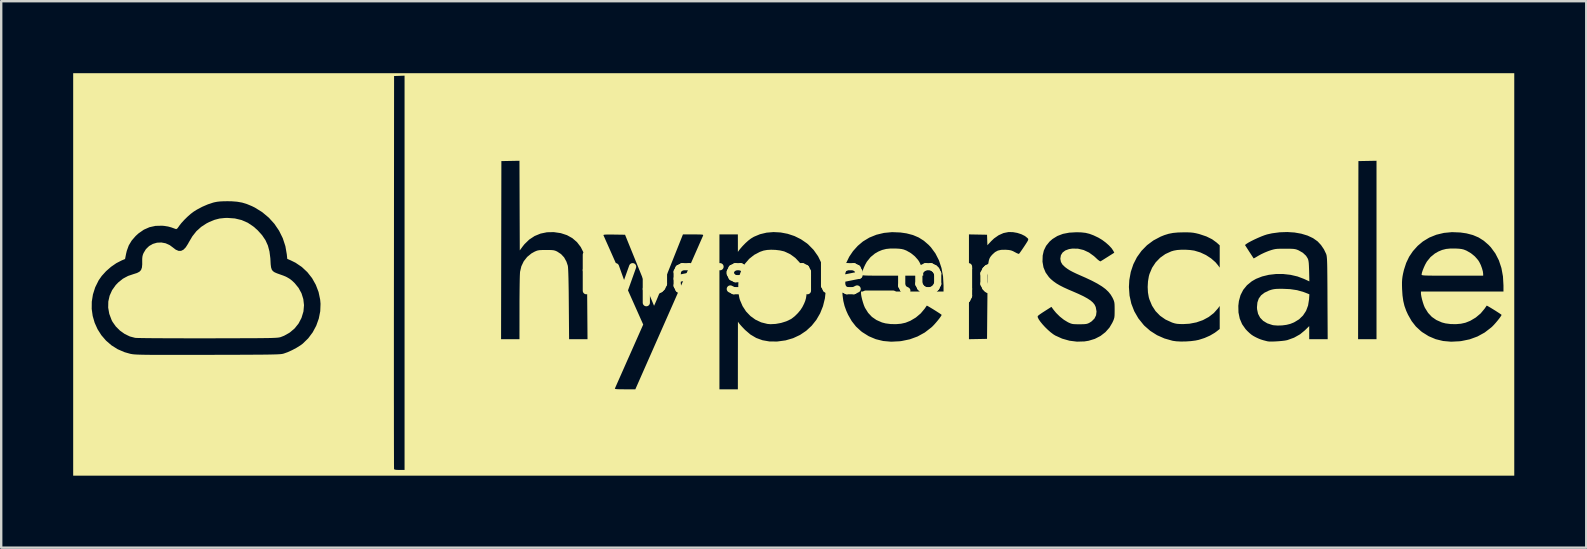
<source format=kicad_pcb>
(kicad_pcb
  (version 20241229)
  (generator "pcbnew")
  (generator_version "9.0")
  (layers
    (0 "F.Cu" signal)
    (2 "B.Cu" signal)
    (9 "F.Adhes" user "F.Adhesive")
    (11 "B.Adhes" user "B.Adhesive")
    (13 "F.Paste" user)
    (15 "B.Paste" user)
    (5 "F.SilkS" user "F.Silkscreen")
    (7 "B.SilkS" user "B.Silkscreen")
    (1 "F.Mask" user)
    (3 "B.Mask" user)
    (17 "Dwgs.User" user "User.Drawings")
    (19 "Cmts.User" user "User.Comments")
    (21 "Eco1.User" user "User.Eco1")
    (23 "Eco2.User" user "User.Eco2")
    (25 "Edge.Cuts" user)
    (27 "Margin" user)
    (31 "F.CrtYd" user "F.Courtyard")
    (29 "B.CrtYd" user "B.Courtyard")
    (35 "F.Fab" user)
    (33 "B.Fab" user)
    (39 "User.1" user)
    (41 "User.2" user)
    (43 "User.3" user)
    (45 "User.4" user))
  (footprint "hyperscale_logo"
    (layer "F.Cu")
    (at 30.03 8.387)
    (property "Reference" "hyperscale_logo" (at 0 0 0) (layer "F.SilkS") (effects (font (size 1.5 1.5) (thickness 0.3))))
    (attr board_only exclude_from_pos_files exclude_from_bom)
    (fp_poly (pts (xy 20.686 0.613) (xy 20.977 0.656) (xy 21.244 0.732) (xy 21.322 0.761) (xy 21.491 0.829) (xy 21.477 1.043) (xy 21.437 1.295) (xy 21.353 1.519) (xy 21.226 1.712) (xy 21.059 1.873) (xy 20.851 1.999) (xy 20.697 2.061) (xy 20.538 2.101) (xy 20.356 2.125) (xy 20.171 2.131) (xy 20.005 2.119) (xy 19.95 2.109) (xy 19.738 2.039) (xy 19.567 1.937) (xy 19.438 1.804) (xy 19.352 1.641) (xy 19.311 1.451) (xy 19.307 1.363) (xy 19.325 1.168) (xy 19.381 1.006) (xy 19.477 0.873) (xy 19.618 0.763) (xy 19.805 0.673) (xy 19.847 0.658) (xy 19.93 0.632) (xy 20.012 0.615) (xy 20.107 0.604) (xy 20.229 0.6) (xy 20.36 0.599)) (stroke (width 0) (type solid)) (fill yes) (layer "F.SilkS"))
    (fp_poly (pts (xy 4.255 -1.079) (xy 4.259 -1.079) (xy 4.397 -1.071) (xy 4.5 -1.058) (xy 4.584 -1.038) (xy 4.669 -1.005) (xy 4.71 -0.987) (xy 4.889 -0.883) (xy 5.053 -0.749) (xy 5.186 -0.597) (xy 5.235 -0.521) (xy 5.297 -0.394) (xy 5.349 -0.256) (xy 5.384 -0.126) (xy 5.397 -0.022) (xy 5.397 0.053) (xy 4.114 0.053) (xy 3.82 0.053) (xy 3.575 0.052) (xy 3.373 0.052) (xy 3.212 0.05) (xy 3.086 0.048) (xy 2.991 0.045) (xy 2.923 0.041) (xy 2.877 0.035) (xy 2.85 0.028) (xy 2.836 0.02) (xy 2.832 0.01) (xy 2.832 0.007) (xy 2.845 -0.067) (xy 2.878 -0.17) (xy 2.925 -0.289) (xy 2.981 -0.409) (xy 3.038 -0.513) (xy 3.055 -0.539) (xy 3.204 -0.723) (xy 3.383 -0.87) (xy 3.525 -0.952) (xy 3.685 -1.019) (xy 3.85 -1.061) (xy 4.035 -1.08)) (stroke (width 0) (type solid)) (fill yes) (layer "F.SilkS"))
    (fp_poly (pts (xy 27.591 -1.079) (xy 27.596 -1.079) (xy 27.733 -1.071) (xy 27.836 -1.058) (xy 27.921 -1.038) (xy 28.005 -1.005) (xy 28.046 -0.987) (xy 28.225 -0.883) (xy 28.389 -0.749) (xy 28.522 -0.597) (xy 28.571 -0.521) (xy 28.634 -0.394) (xy 28.685 -0.256) (xy 28.721 -0.126) (xy 28.734 -0.022) (xy 28.734 0.053) (xy 27.451 0.053) (xy 27.156 0.053) (xy 26.911 0.052) (xy 26.71 0.052) (xy 26.548 0.05) (xy 26.422 0.048) (xy 26.327 0.045) (xy 26.259 0.041) (xy 26.214 0.035) (xy 26.186 0.028) (xy 26.172 0.02) (xy 26.168 0.01) (xy 26.168 0.007) (xy 26.181 -0.067) (xy 26.214 -0.17) (xy 26.262 -0.289) (xy 26.317 -0.409) (xy 26.375 -0.513) (xy 26.391 -0.539) (xy 26.54 -0.723) (xy 26.72 -0.87) (xy 26.862 -0.952) (xy 27.021 -1.019) (xy 27.186 -1.061) (xy 27.372 -1.08)) (stroke (width 0) (type solid)) (fill yes) (layer "F.SilkS"))
    (fp_poly (pts (xy -0.755 -1.022) (xy -0.573 -1) (xy -0.415 -0.964) (xy -0.386 -0.955) (xy -0.145 -0.842) (xy 0.068 -0.687) (xy 0.249 -0.493) (xy 0.394 -0.263) (xy 0.481 -0.058) (xy 0.506 0.02) (xy 0.523 0.094) (xy 0.534 0.177) (xy 0.54 0.281) (xy 0.542 0.419) (xy 0.542 0.516) (xy 0.54 0.706) (xy 0.531 0.858) (xy 0.512 0.984) (xy 0.481 1.098) (xy 0.434 1.215) (xy 0.368 1.346) (xy 0.365 1.354) (xy 0.28 1.486) (xy 0.164 1.623) (xy 0.035 1.749) (xy -0.092 1.847) (xy -0.118 1.863) (xy -0.309 1.954) (xy -0.526 2.022) (xy -0.752 2.063) (xy -0.968 2.074) (xy -1.098 2.063) (xy -1.356 1.998) (xy -1.593 1.887) (xy -1.805 1.734) (xy -1.987 1.543) (xy -2.133 1.319) (xy -2.241 1.066) (xy -2.266 0.979) (xy -2.294 0.826) (xy -2.309 0.642) (xy -2.311 0.445) (xy -2.3 0.256) (xy -2.276 0.094) (xy -2.267 0.056) (xy -2.171 -0.208) (xy -2.033 -0.444) (xy -1.858 -0.648) (xy -1.649 -0.814) (xy -1.41 -0.94) (xy -1.258 -0.993) (xy -1.115 -1.019) (xy -0.942 -1.029)) (stroke (width 0) (type solid)) (fill yes) (layer "F.SilkS"))
    (fp_poly (pts (xy -23.293 -2.333) (xy -23.012 -2.266) (xy -22.753 -2.153) (xy -22.511 -1.99) (xy -22.341 -1.839) (xy -22.157 -1.635) (xy -22.016 -1.426) (xy -21.915 -1.203) (xy -21.849 -0.955) (xy -21.813 -0.674) (xy -21.808 -0.587) (xy -21.799 -0.42) (xy -21.783 -0.295) (xy -21.755 -0.205) (xy -21.709 -0.14) (xy -21.639 -0.09) (xy -21.539 -0.046) (xy -21.444 -0.012) (xy -21.267 0.051) (xy -21.129 0.112) (xy -21.015 0.178) (xy -20.911 0.257) (xy -20.804 0.358) (xy -20.804 0.358) (xy -20.638 0.56) (xy -20.515 0.786) (xy -20.439 1.028) (xy -20.41 1.281) (xy -20.432 1.536) (xy -20.436 1.554) (xy -20.515 1.814) (xy -20.638 2.048) (xy -20.803 2.253) (xy -21.004 2.423) (xy -21.239 2.556) (xy -21.378 2.61) (xy -21.403 2.618) (xy -21.432 2.624) (xy -21.468 2.63) (xy -21.514 2.636) (xy -21.573 2.64) (xy -21.648 2.644) (xy -21.742 2.648) (xy -21.858 2.651) (xy -22 2.653) (xy -22.17 2.655) (xy -22.371 2.657) (xy -22.607 2.658) (xy -22.881 2.659) (xy -23.195 2.66) (xy -23.553 2.661) (xy -23.958 2.662) (xy -24.408 2.663) (xy -24.797 2.663) (xy -25.174 2.663) (xy -25.535 2.662) (xy -25.875 2.661) (xy -26.192 2.66) (xy -26.482 2.659) (xy -26.741 2.657) (xy -26.965 2.655) (xy -27.152 2.652) (xy -27.296 2.65) (xy -27.395 2.647) (xy -27.445 2.644) (xy -27.446 2.644) (xy -27.667 2.586) (xy -27.881 2.483) (xy -28.08 2.342) (xy -28.253 2.17) (xy -28.39 1.976) (xy -28.429 1.901) (xy -28.526 1.642) (xy -28.571 1.384) (xy -28.566 1.13) (xy -28.511 0.886) (xy -28.407 0.655) (xy -28.256 0.443) (xy -28.153 0.336) (xy -27.96 0.18) (xy -27.751 0.066) (xy -27.516 -0.013) (xy -27.37 -0.059) (xy -27.268 -0.113) (xy -27.201 -0.186) (xy -27.165 -0.287) (xy -27.152 -0.424) (xy -27.153 -0.518) (xy -27.153 -0.645) (xy -27.145 -0.738) (xy -27.127 -0.815) (xy -27.096 -0.893) (xy -26.997 -1.056) (xy -26.865 -1.183) (xy -26.709 -1.272) (xy -26.538 -1.322) (xy -26.358 -1.331) (xy -26.178 -1.298) (xy -26.006 -1.22) (xy -25.886 -1.131) (xy -25.758 -1.033) (xy -25.642 -0.983) (xy -25.535 -0.981) (xy -25.435 -1.03) (xy -25.339 -1.128) (xy -25.242 -1.279) (xy -25.215 -1.331) (xy -25.063 -1.588) (xy -24.894 -1.802) (xy -24.7 -1.978) (xy -24.473 -2.126) (xy -24.355 -2.186) (xy -24.139 -2.275) (xy -23.932 -2.329) (xy -23.71 -2.352) (xy -23.6 -2.355)) (stroke (width 0) (type solid)) (fill yes) (layer "F.SilkS"))
    (fp_poly (pts (xy 30.03 0) (xy 30.03 8.387) (xy 0 8.387) (xy -30.03 8.387) (xy -30.03 3.591) (xy -16.664 3.591) (xy -16.664 4.134) (xy -16.664 4.651) (xy -16.664 5.14) (xy -16.663 5.6) (xy -16.663 6.027) (xy -16.663 6.421) (xy -16.662 6.779) (xy -16.662 7.099) (xy -16.661 7.379) (xy -16.66 7.618) (xy -16.66 7.812) (xy -16.659 7.96) (xy -16.658 8.06) (xy -16.657 8.11) (xy -16.657 8.116) (xy -16.625 8.135) (xy -16.548 8.146) (xy -16.431 8.149) (xy -16.219 8.149) (xy -16.219 2.699) (xy -12.197 2.699) (xy -11.814 2.699) (xy -11.43 2.699) (xy -11.429 1.382) (xy -11.429 1.117) (xy -11.427 0.862) (xy -11.425 0.624) (xy -11.422 0.409) (xy -11.419 0.222) (xy -11.415 0.07) (xy -11.41 -0.041) (xy -11.406 -0.106) (xy -11.406 -0.109) (xy -11.351 -0.34) (xy -11.251 -0.549) (xy -11.109 -0.729) (xy -10.931 -0.875) (xy -10.802 -0.947) (xy -10.733 -0.978) (xy -10.671 -0.998) (xy -10.603 -1.01) (xy -10.514 -1.016) (xy -10.393 -1.018) (xy -10.319 -1.019) (xy -10.176 -1.018) (xy -10.074 -1.014) (xy -10 -1.005) (xy -9.941 -0.989) (xy -9.884 -0.965) (xy -9.861 -0.954) (xy -9.697 -0.847) (xy -9.569 -0.709) (xy -9.473 -0.534) (xy -9.416 -0.365) (xy -9.408 -0.309) (xy -9.401 -0.202) (xy -9.394 -0.044) (xy -9.388 0.164) (xy -9.383 0.425) (xy -9.378 0.737) (xy -9.375 1.101) (xy -9.374 1.224) (xy -9.362 2.699) (xy -8.978 2.699) (xy -8.594 2.699) (xy -8.606 1.144) (xy -8.609 0.81) (xy -8.612 0.525) (xy -8.615 0.284) (xy -8.618 0.082) (xy -8.621 -0.085) (xy -8.626 -0.221) (xy -8.631 -0.33) (xy -8.637 -0.419) (xy -8.644 -0.489) (xy -8.652 -0.547) (xy -8.661 -0.597) (xy -8.664 -0.609) (xy -8.752 -0.894) (xy -8.875 -1.14) (xy -9.033 -1.346) (xy -9.226 -1.512) (xy -9.451 -1.637) (xy -9.465 -1.641) (xy -7.93 -1.641) (xy -7.93 -1.634) (xy -7.918 -1.605) (xy -7.885 -1.532) (xy -7.835 -1.418) (xy -7.767 -1.266) (xy -7.685 -1.082) (xy -7.59 -0.868) (xy -7.484 -0.629) (xy -7.368 -0.368) (xy -7.243 -0.089) (xy -7.112 0.205) (xy -7.095 0.244) (xy -6.273 2.089) (xy -6.856 3.406) (xy -6.967 3.654) (xy -7.07 3.889) (xy -7.166 4.105) (xy -7.251 4.297) (xy -7.324 4.462) (xy -7.383 4.595) (xy -7.425 4.691) (xy -7.449 4.745) (xy -7.454 4.756) (xy -7.447 4.769) (xy -7.412 4.778) (xy -7.343 4.784) (xy -7.234 4.787) (xy -7.079 4.788) (xy -7.034 4.788) (xy -6.601 4.788) (xy -5.199 1.61) (xy -5.027 1.221) (xy -4.862 0.845) (xy -4.703 0.484) (xy -4.552 0.143) (xy -4.411 -0.177) (xy -4.281 -0.473) (xy -4.163 -0.741) (xy -4.058 -0.979) (xy -3.968 -1.184) (xy -3.894 -1.353) (xy -3.837 -1.482) (xy -3.798 -1.57) (xy -3.779 -1.614) (xy -3.778 -1.618) (xy -3.773 -1.636) (xy -3.782 -1.649) (xy -3.809 -1.658) (xy -3.864 -1.663) (xy -3.953 -1.666) (xy -4.083 -1.667) (xy -4.188 -1.667) (xy -4.617 -1.667) (xy -5.212 -0.174) (xy -5.318 0.092) (xy -5.419 0.341) (xy -5.512 0.572) (xy -5.596 0.778) (xy -5.669 0.956) (xy -5.73 1.103) (xy -5.777 1.212) (xy -5.808 1.281) (xy -5.821 1.306) (xy -5.821 1.306) (xy -5.833 1.279) (xy -5.863 1.208) (xy -5.909 1.097) (xy -5.971 0.949) (xy -6.044 0.77) (xy -6.129 0.562) (xy -6.223 0.332) (xy -6.325 0.082) (xy -6.432 -0.181) (xy -7.03 -1.654) (xy -7.487 -1.661) (xy -7.658 -1.663) (xy -7.782 -1.662) (xy -7.864 -1.659) (xy -7.912 -1.652) (xy -7.93 -1.641) (xy -9.465 -1.641) (xy -9.544 -1.667) (xy -3.096 -1.667) (xy -3.096 1.561) (xy -3.096 4.789) (xy -2.712 4.789) (xy -2.328 4.789) (xy -2.327 3.38) (xy -2.325 1.971) (xy -2.268 2.051) (xy -2.224 2.104) (xy -2.154 2.182) (xy -2.069 2.271) (xy -2.025 2.316) (xy -1.803 2.506) (xy -1.563 2.648) (xy -1.303 2.743) (xy -1.018 2.793) (xy -0.707 2.797) (xy -0.675 2.795) (xy -0.338 2.749) (xy -0.024 2.657) (xy 0.262 2.523) (xy 0.521 2.349) (xy 0.748 2.139) (xy 0.942 1.896) (xy 1.1 1.623) (xy 1.22 1.323) (xy 1.3 0.998) (xy 1.337 0.653) (xy 1.333 0.461) (xy 2.015 0.461) (xy 2.019 0.609) (xy 2.036 0.875) (xy 2.067 1.105) (xy 2.118 1.314) (xy 2.191 1.516) (xy 2.265 1.68) (xy 2.417 1.946) (xy 2.594 2.171) (xy 2.803 2.364) (xy 2.857 2.406) (xy 3.128 2.576) (xy 3.419 2.699) (xy 3.729 2.775) (xy 4.062 2.804) (xy 4.418 2.786) (xy 4.489 2.777) (xy 4.837 2.705) (xy 5.162 2.586) (xy 5.461 2.422) (xy 5.734 2.211) (xy 5.778 2.171) (xy 5.846 2.101) (xy 5.924 2.014) (xy 6.002 1.921) (xy 6.073 1.831) (xy 6.128 1.754) (xy 6.16 1.701) (xy 6.165 1.686) (xy 6.144 1.668) (xy 6.088 1.629) (xy 6.007 1.576) (xy 5.91 1.514) (xy 5.809 1.451) (xy 5.711 1.392) (xy 5.629 1.343) (xy 5.57 1.31) (xy 5.546 1.3) (xy 5.546 1.3) (xy 5.528 1.326) (xy 5.49 1.381) (xy 5.457 1.429) (xy 5.292 1.626) (xy 5.089 1.797) (xy 4.858 1.934) (xy 4.657 2.014) (xy 4.471 2.055) (xy 4.258 2.073) (xy 4.037 2.068) (xy 3.829 2.041) (xy 3.679 2.002) (xy 3.449 1.901) (xy 3.259 1.77) (xy 3.102 1.602) (xy 2.971 1.393) (xy 2.965 1.38) (xy 2.926 1.288) (xy 2.886 1.167) (xy 2.849 1.037) (xy 2.821 0.914) (xy 2.806 0.816) (xy 2.805 0.79) (xy 2.805 0.714) (xy 4.524 0.714) (xy 6.244 0.714) (xy 6.244 0.456) (xy 6.223 0.081) (xy 6.159 -0.267) (xy 6.053 -0.586) (xy 5.906 -0.874) (xy 5.719 -1.129) (xy 5.624 -1.23) (xy 5.423 -1.404) (xy 5.208 -1.54) (xy 4.97 -1.641) (xy 4.867 -1.668) (xy 7.303 -1.668) (xy 7.303 0.516) (xy 7.303 2.7) (xy 7.68 2.693) (xy 8.057 2.686) (xy 8.065 1.739) (xy 10.167 1.739) (xy 10.172 1.793) (xy 10.212 1.873) (xy 10.28 1.971) (xy 10.37 2.081) (xy 10.475 2.196) (xy 10.59 2.308) (xy 10.707 2.411) (xy 10.821 2.497) (xy 10.901 2.547) (xy 11.189 2.677) (xy 11.493 2.763) (xy 11.805 2.802) (xy 12.115 2.793) (xy 12.29 2.765) (xy 12.55 2.686) (xy 12.786 2.565) (xy 12.991 2.406) (xy 13.16 2.215) (xy 13.275 2.02) (xy 13.317 1.932) (xy 13.344 1.863) (xy 13.362 1.798) (xy 13.371 1.724) (xy 13.374 1.626) (xy 13.375 1.49) (xy 13.375 1.481) (xy 13.374 1.342) (xy 13.371 1.241) (xy 13.362 1.167) (xy 13.346 1.105) (xy 13.32 1.041) (xy 13.288 0.973) (xy 13.213 0.846) (xy 13.117 0.726) (xy 12.996 0.611) (xy 12.881 0.525) (xy 13.97 0.525) (xy 13.996 0.882) (xy 14.07 1.219) (xy 14.193 1.536) (xy 14.363 1.831) (xy 14.581 2.102) (xy 14.615 2.139) (xy 14.861 2.354) (xy 15.141 2.532) (xy 15.453 2.67) (xy 15.793 2.766) (xy 15.796 2.767) (xy 15.95 2.788) (xy 16.139 2.797) (xy 16.346 2.794) (xy 16.554 2.78) (xy 16.746 2.755) (xy 16.88 2.727) (xy 17.121 2.65) (xy 17.348 2.55) (xy 17.547 2.433) (xy 17.618 2.381) (xy 17.754 2.274) (xy 17.754 1.795) (xy 17.754 1.315) (xy 17.679 1.418) (xy 17.507 1.611) (xy 17.296 1.774) (xy 17.053 1.905) (xy 16.783 1.999) (xy 16.492 2.055) (xy 16.232 2.07) (xy 16.087 2.067) (xy 15.977 2.059) (xy 15.885 2.042) (xy 15.794 2.014) (xy 15.763 2.003) (xy 15.496 1.881) (xy 15.269 1.723) (xy 15.08 1.529) (xy 14.938 1.31) (xy 18.53 1.31) (xy 18.536 1.586) (xy 18.589 1.842) (xy 18.687 2.074) (xy 18.831 2.279) (xy 18.901 2.354) (xy 18.997 2.445) (xy 19.075 2.51) (xy 19.154 2.563) (xy 19.25 2.615) (xy 19.307 2.643) (xy 19.393 2.682) (xy 19.477 2.714) (xy 19.574 2.744) (xy 19.701 2.777) (xy 19.751 2.789) (xy 19.82 2.797) (xy 19.927 2.798) (xy 20.059 2.794) (xy 20.202 2.785) (xy 20.342 2.773) (xy 20.466 2.758) (xy 20.558 2.741) (xy 20.571 2.738) (xy 20.853 2.636) (xy 21.104 2.495) (xy 21.304 2.33) (xy 21.484 2.154) (xy 21.484 2.427) (xy 21.484 2.699) (xy 21.869 2.699) (xy 22.254 2.699) (xy 23.521 2.699) (xy 23.905 2.699) (xy 24.289 2.699) (xy 24.289 0.461) (xy 25.351 0.461) (xy 25.355 0.609) (xy 25.372 0.875) (xy 25.404 1.105) (xy 25.454 1.314) (xy 25.527 1.516) (xy 25.602 1.68) (xy 25.754 1.946) (xy 25.93 2.171) (xy 26.139 2.364) (xy 26.193 2.406) (xy 26.465 2.576) (xy 26.755 2.699) (xy 27.065 2.775) (xy 27.398 2.804) (xy 27.755 2.786) (xy 27.826 2.777) (xy 28.174 2.705) (xy 28.498 2.586) (xy 28.797 2.422) (xy 29.07 2.211) (xy 29.114 2.171) (xy 29.182 2.101) (xy 29.26 2.014) (xy 29.338 1.921) (xy 29.409 1.831) (xy 29.464 1.754) (xy 29.496 1.701) (xy 29.501 1.686) (xy 29.48 1.668) (xy 29.424 1.629) (xy 29.343 1.576) (xy 29.247 1.514) (xy 29.145 1.451) (xy 29.048 1.392) (xy 28.965 1.343) (xy 28.906 1.31) (xy 28.882 1.3) (xy 28.882 1.3) (xy 28.864 1.326) (xy 28.826 1.381) (xy 28.793 1.429) (xy 28.629 1.626) (xy 28.425 1.797) (xy 28.195 1.934) (xy 27.993 2.014) (xy 27.807 2.055) (xy 27.594 2.073) (xy 27.373 2.068) (xy 27.165 2.041) (xy 27.015 2.002) (xy 26.785 1.901) (xy 26.595 1.77) (xy 26.438 1.602) (xy 26.308 1.393) (xy 26.301 1.38) (xy 26.262 1.288) (xy 26.222 1.167) (xy 26.185 1.037) (xy 26.157 0.914) (xy 26.142 0.816) (xy 26.141 0.79) (xy 26.141 0.714) (xy 27.861 0.714) (xy 29.58 0.714) (xy 29.58 0.456) (xy 29.559 0.081) (xy 29.495 -0.267) (xy 29.389 -0.586) (xy 29.242 -0.874) (xy 29.055 -1.129) (xy 28.96 -1.23) (xy 28.759 -1.404) (xy 28.544 -1.54) (xy 28.306 -1.641) (xy 28.038 -1.711) (xy 27.782 -1.748) (xy 27.433 -1.762) (xy 27.098 -1.73) (xy 26.782 -1.654) (xy 26.488 -1.535) (xy 26.222 -1.374) (xy 26.005 -1.191) (xy 25.807 -0.971) (xy 25.649 -0.737) (xy 25.526 -0.48) (xy 25.432 -0.19) (xy 25.394 -0.027) (xy 25.372 0.092) (xy 25.358 0.203) (xy 25.351 0.32) (xy 25.351 0.461) (xy 24.289 0.461) (xy 24.289 -1.019) (xy 24.289 -4.737) (xy 23.912 -4.73) (xy 23.535 -4.723) (xy 23.528 -1.012) (xy 23.521 2.699) (xy 22.254 2.699) (xy 22.245 0.986) (xy 22.244 0.641) (xy 22.242 0.344) (xy 22.24 0.093) (xy 22.238 -0.118) (xy 22.236 -0.292) (xy 22.233 -0.434) (xy 22.229 -0.547) (xy 22.225 -0.636) (xy 22.219 -0.705) (xy 22.213 -0.758) (xy 22.206 -0.799) (xy 22.197 -0.832) (xy 22.187 -0.86) (xy 22.097 -1.047) (xy 21.976 -1.225) (xy 21.837 -1.374) (xy 21.834 -1.377) (xy 21.645 -1.511) (xy 21.417 -1.618) (xy 21.157 -1.697) (xy 20.872 -1.747) (xy 20.569 -1.767) (xy 20.255 -1.756) (xy 19.937 -1.714) (xy 19.73 -1.668) (xy 19.626 -1.635) (xy 19.494 -1.585) (xy 19.346 -1.522) (xy 19.197 -1.454) (xy 19.059 -1.385) (xy 18.945 -1.323) (xy 18.869 -1.274) (xy 18.807 -1.226) (xy 18.984 -0.95) (xy 19.053 -0.845) (xy 19.11 -0.757) (xy 19.15 -0.695) (xy 19.168 -0.668) (xy 19.169 -0.667) (xy 19.192 -0.677) (xy 19.25 -0.709) (xy 19.331 -0.757) (xy 19.368 -0.779) (xy 19.484 -0.843) (xy 19.626 -0.91) (xy 19.77 -0.969) (xy 19.815 -0.985) (xy 19.914 -1.018) (xy 19.996 -1.041) (xy 20.072 -1.057) (xy 20.155 -1.066) (xy 20.26 -1.07) (xy 20.398 -1.071) (xy 20.479 -1.071) (xy 20.638 -1.071) (xy 20.755 -1.068) (xy 20.841 -1.062) (xy 20.908 -1.051) (xy 20.965 -1.035) (xy 21.026 -1.01) (xy 21.042 -1.003) (xy 21.219 -0.902) (xy 21.352 -0.777) (xy 21.42 -0.669) (xy 21.44 -0.62) (xy 21.454 -0.559) (xy 21.465 -0.475) (xy 21.472 -0.361) (xy 21.478 -0.206) (xy 21.48 -0.139) (xy 21.49 0.29) (xy 21.269 0.188) (xy 20.996 0.085) (xy 20.704 0.017) (xy 20.402 -0.017) (xy 20.098 -0.017) (xy 19.801 0.017) (xy 19.521 0.085) (xy 19.267 0.185) (xy 19.091 0.286) (xy 18.89 0.451) (xy 18.734 0.643) (xy 18.622 0.862) (xy 18.553 1.111) (xy 18.53 1.31) (xy 14.938 1.31) (xy 14.932 1.3) (xy 14.823 1.037) (xy 14.798 0.953) (xy 14.763 0.75) (xy 14.752 0.522) (xy 14.765 0.289) (xy 14.802 0.072) (xy 14.827 -0.017) (xy 14.936 -0.276) (xy 15.086 -0.503) (xy 15.272 -0.695) (xy 15.489 -0.849) (xy 15.735 -0.961) (xy 15.841 -0.992) (xy 15.979 -1.017) (xy 16.151 -1.029) (xy 16.338 -1.029) (xy 16.522 -1.017) (xy 16.685 -0.994) (xy 16.703 -0.99) (xy 16.947 -0.916) (xy 17.182 -0.806) (xy 17.395 -0.667) (xy 17.577 -0.508) (xy 17.679 -0.386) (xy 17.754 -0.283) (xy 17.754 -0.748) (xy 17.754 -1.212) (xy 17.624 -1.329) (xy 17.436 -1.466) (xy 17.199 -1.583) (xy 16.915 -1.678) (xy 16.888 -1.686) (xy 16.769 -1.715) (xy 16.665 -1.735) (xy 16.558 -1.747) (xy 16.432 -1.753) (xy 16.271 -1.754) (xy 16.259 -1.754) (xy 16.016 -1.748) (xy 15.81 -1.729) (xy 15.625 -1.693) (xy 15.447 -1.638) (xy 15.289 -1.574) (xy 14.989 -1.415) (xy 14.724 -1.217) (xy 14.495 -0.983) (xy 14.304 -0.718) (xy 14.155 -0.425) (xy 14.048 -0.106) (xy 13.986 0.234) (xy 13.97 0.525) (xy 12.881 0.525) (xy 12.843 0.498) (xy 12.656 0.383) (xy 12.429 0.263) (xy 12.159 0.136) (xy 11.972 0.054) (xy 11.783 -0.03) (xy 11.633 -0.102) (xy 11.512 -0.166) (xy 11.411 -0.23) (xy 11.318 -0.299) (xy 11.304 -0.31) (xy 11.197 -0.414) (xy 11.136 -0.521) (xy 11.113 -0.643) (xy 11.113 -0.667) (xy 11.136 -0.802) (xy 11.206 -0.913) (xy 11.318 -0.998) (xy 11.471 -1.055) (xy 11.612 -1.077) (xy 11.849 -1.072) (xy 12.082 -1.017) (xy 12.305 -0.913) (xy 12.513 -0.763) (xy 12.582 -0.7) (xy 12.667 -0.62) (xy 12.736 -0.567) (xy 12.779 -0.545) (xy 12.787 -0.546) (xy 12.821 -0.566) (xy 12.89 -0.608) (xy 12.983 -0.667) (xy 13.09 -0.734) (xy 13.36 -0.905) (xy 13.317 -0.988) (xy 13.246 -1.093) (xy 13.137 -1.21) (xy 13.003 -1.328) (xy 12.855 -1.438) (xy 12.704 -1.529) (xy 12.686 -1.538) (xy 12.495 -1.629) (xy 12.326 -1.692) (xy 12.163 -1.732) (xy 11.985 -1.752) (xy 11.787 -1.758) (xy 11.485 -1.741) (xy 11.219 -1.69) (xy 10.987 -1.601) (xy 10.784 -1.475) (xy 10.662 -1.368) (xy 10.518 -1.19) (xy 10.423 -0.994) (xy 10.376 -0.785) (xy 10.368 -0.529) (xy 10.409 -0.294) (xy 10.498 -0.08) (xy 10.635 0.112) (xy 10.716 0.195) (xy 10.825 0.287) (xy 10.945 0.373) (xy 11.085 0.456) (xy 11.254 0.542) (xy 11.46 0.636) (xy 11.602 0.696) (xy 11.86 0.808) (xy 12.072 0.908) (xy 12.241 1.001) (xy 12.373 1.088) (xy 12.47 1.173) (xy 12.539 1.259) (xy 12.582 1.349) (xy 12.589 1.369) (xy 12.62 1.545) (xy 12.601 1.702) (xy 12.534 1.839) (xy 12.417 1.956) (xy 12.316 2.02) (xy 12.262 2.045) (xy 12.203 2.062) (xy 12.128 2.072) (xy 12.022 2.076) (xy 11.906 2.077) (xy 11.772 2.076) (xy 11.676 2.072) (xy 11.603 2.062) (xy 11.539 2.042) (xy 11.469 2.012) (xy 11.422 1.989) (xy 11.259 1.89) (xy 11.091 1.757) (xy 10.936 1.604) (xy 10.834 1.481) (xy 10.74 1.352) (xy 10.46 1.53) (xy 10.352 1.6) (xy 10.261 1.662) (xy 10.197 1.711) (xy 10.168 1.738) (xy 10.167 1.739) (xy 8.065 1.739) (xy 8.071 1.124) (xy 8.074 0.778) (xy 8.077 0.481) (xy 8.08 0.228) (xy 8.085 0.016) (xy 8.09 -0.161) (xy 8.098 -0.306) (xy 8.107 -0.423) (xy 8.12 -0.517) (xy 8.135 -0.591) (xy 8.155 -0.651) (xy 8.178 -0.7) (xy 8.206 -0.743) (xy 8.238 -0.783) (xy 8.277 -0.825) (xy 8.285 -0.835) (xy 8.392 -0.931) (xy 8.507 -0.993) (xy 8.642 -1.024) (xy 8.812 -1.028) (xy 8.844 -1.027) (xy 8.966 -1.018) (xy 9.056 -1.001) (xy 9.136 -0.971) (xy 9.215 -0.929) (xy 9.295 -0.887) (xy 9.358 -0.861) (xy 9.388 -0.857) (xy 9.41 -0.883) (xy 9.455 -0.945) (xy 9.517 -1.034) (xy 9.589 -1.141) (xy 9.604 -1.163) (xy 9.682 -1.282) (xy 9.734 -1.365) (xy 9.764 -1.42) (xy 9.774 -1.456) (xy 9.77 -1.482) (xy 9.753 -1.505) (xy 9.747 -1.511) (xy 9.638 -1.6) (xy 9.49 -1.674) (xy 9.319 -1.73) (xy 9.137 -1.762) (xy 8.958 -1.766) (xy 8.947 -1.765) (xy 8.743 -1.724) (xy 8.541 -1.634) (xy 8.351 -1.501) (xy 8.233 -1.389) (xy 8.072 -1.217) (xy 8.064 -1.436) (xy 8.057 -1.654) (xy 7.68 -1.661) (xy 7.303 -1.668) (xy 4.867 -1.668) (xy 4.701 -1.711) (xy 4.446 -1.748) (xy 4.097 -1.762) (xy 3.762 -1.73) (xy 3.446 -1.654) (xy 3.152 -1.535) (xy 2.885 -1.374) (xy 2.669 -1.191) (xy 2.471 -0.971) (xy 2.313 -0.737) (xy 2.189 -0.48) (xy 2.096 -0.19) (xy 2.058 -0.027) (xy 2.035 0.092) (xy 2.022 0.203) (xy 2.015 0.32) (xy 2.015 0.461) (xy 1.333 0.461) (xy 1.329 0.289) (xy 1.323 0.225) (xy 1.263 -0.133) (xy 1.16 -0.461) (xy 1.015 -0.757) (xy 0.829 -1.021) (xy 0.602 -1.252) (xy 0.55 -1.295) (xy 0.302 -1.465) (xy 0.032 -1.599) (xy -0.253 -1.693) (xy -0.547 -1.749) (xy -0.841 -1.765) (xy -1.13 -1.741) (xy -1.404 -1.676) (xy -1.658 -1.57) (xy -1.782 -1.496) (xy -1.89 -1.414) (xy -2.012 -1.304) (xy -2.133 -1.18) (xy -2.237 -1.06) (xy -2.269 -1.019) (xy -2.327 -0.939) (xy -2.327 -1.303) (xy -2.328 -1.667) (xy -2.712 -1.667) (xy -3.096 -1.667) (xy -9.544 -1.667) (xy -9.71 -1.721) (xy -10.001 -1.763) (xy -10.001 -1.763) (xy -10.284 -1.757) (xy -10.551 -1.702) (xy -10.799 -1.6) (xy -11.024 -1.452) (xy -11.221 -1.261) (xy -11.292 -1.172) (xy -11.417 -1.001) (xy -11.424 -2.869) (xy -11.43 -4.737) (xy -11.807 -4.73) (xy -12.184 -4.723) (xy -12.191 -1.012) (xy -12.197 2.699) (xy -16.219 2.699) (xy -16.219 -0.067) (xy -16.219 -8.284) (xy -16.437 -8.276) (xy -16.656 -8.268) (xy -16.662 -0.093) (xy -16.663 0.562) (xy -16.663 1.203) (xy -16.664 1.829) (xy -16.664 2.436) (xy -16.664 3.025) (xy -16.664 3.591) (xy -30.03 3.591) (xy -30.03 1.437) (xy -29.258 1.437) (xy -29.217 1.731) (xy -29.135 2.015) (xy -29.014 2.284) (xy -28.856 2.533) (xy -28.662 2.758) (xy -28.436 2.954) (xy -28.177 3.117) (xy -27.89 3.241) (xy -27.649 3.309) (xy -27.612 3.316) (xy -27.572 3.323) (xy -27.527 3.329) (xy -27.473 3.334) (xy -27.407 3.338) (xy -27.326 3.342) (xy -27.227 3.345) (xy -27.107 3.348) (xy -26.963 3.35) (xy -26.791 3.352) (xy -26.589 3.353) (xy -26.354 3.353) (xy -26.082 3.354) (xy -25.77 3.354) (xy -25.416 3.353) (xy -25.016 3.353) (xy -24.567 3.352) (xy -24.421 3.352) (xy -23.956 3.351) (xy -23.54 3.35) (xy -23.172 3.349) (xy -22.847 3.348) (xy -22.563 3.346) (xy -22.318 3.345) (xy -22.107 3.343) (xy -21.928 3.341) (xy -21.778 3.338) (xy -21.653 3.335) (xy -21.552 3.332) (xy -21.471 3.328) (xy -21.406 3.324) (xy -21.355 3.319) (xy -21.315 3.313) (xy -21.283 3.306) (xy -21.259 3.3) (xy -21.092 3.241) (xy -20.907 3.157) (xy -20.723 3.059) (xy -20.559 2.957) (xy -20.461 2.884) (xy -20.236 2.665) (xy -20.048 2.414) (xy -19.9 2.137) (xy -19.794 1.841) (xy -19.733 1.534) (xy -19.721 1.224) (xy -19.736 1.052) (xy -19.803 0.733) (xy -19.918 0.433) (xy -20.074 0.155) (xy -20.27 -0.094) (xy -20.501 -0.31) (xy -20.763 -0.487) (xy -20.959 -0.584) (xy -21.108 -0.648) (xy -21.126 -0.83) (xy -21.186 -1.178) (xy -21.295 -1.51) (xy -21.45 -1.823) (xy -21.646 -2.111) (xy -21.882 -2.37) (xy -22.154 -2.597) (xy -22.459 -2.786) (xy -22.581 -2.846) (xy -22.788 -2.932) (xy -22.987 -2.993) (xy -23.194 -3.03) (xy -23.424 -3.048) (xy -23.601 -3.051) (xy -23.778 -3.048) (xy -23.916 -3.041) (xy -24.031 -3.028) (xy -24.136 -3.008) (xy -24.196 -2.993) (xy -24.417 -2.92) (xy -24.651 -2.819) (xy -24.877 -2.699) (xy -25.009 -2.616) (xy -25.133 -2.522) (xy -25.268 -2.403) (xy -25.4 -2.273) (xy -25.518 -2.144) (xy -25.608 -2.029) (xy -25.626 -2.001) (xy -25.685 -1.921) (xy -25.731 -1.889) (xy -25.744 -1.89) (xy -25.789 -1.905) (xy -25.865 -1.932) (xy -25.942 -1.96) (xy -26.073 -1.996) (xy -26.228 -2.021) (xy -26.326 -2.03) (xy -26.598 -2.023) (xy -26.85 -1.968) (xy -27.084 -1.865) (xy -27.305 -1.712) (xy -27.426 -1.602) (xy -27.592 -1.411) (xy -27.713 -1.21) (xy -27.796 -0.983) (xy -27.826 -0.855) (xy -27.868 -0.642) (xy -28.011 -0.582) (xy -28.232 -0.469) (xy -28.453 -0.316) (xy -28.66 -0.135) (xy -28.84 0.063) (xy -28.968 0.246) (xy -29.112 0.536) (xy -29.207 0.835) (xy -29.255 1.137) (xy -29.258 1.437) (xy -30.03 1.437) (xy -30.03 0) (xy -30.03 -8.387) (xy 0 -8.387) (xy 30.03 -8.387)) (stroke (width 0) (type solid)) (fill yes) (layer "F.SilkS")))
  (gr_rect
    (start -3 -3)
    (end 63.06 19.775)
    (stroke (width 0.1) (type default))
    (fill no)
    (layer "Edge.Cuts")))
</source>
